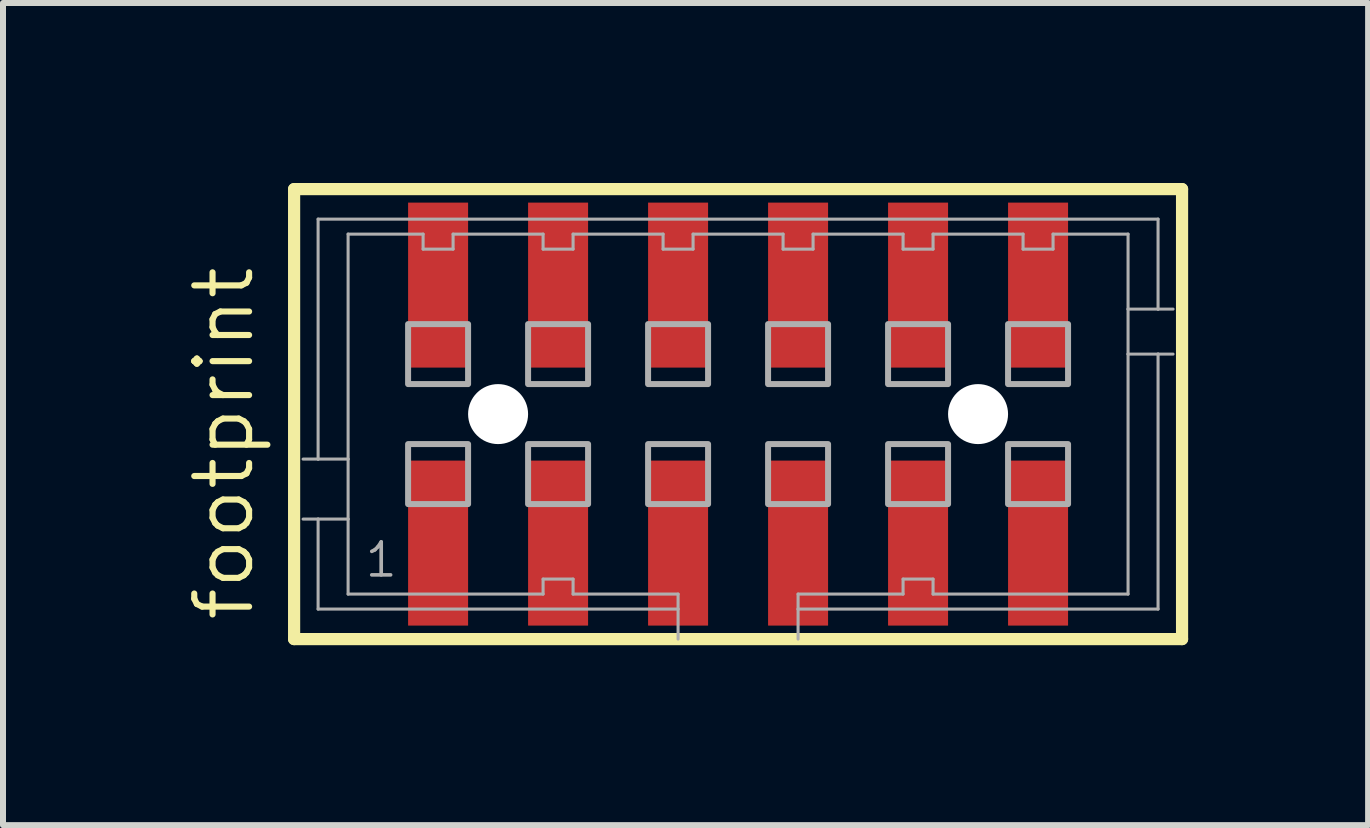
<source format=kicad_pcb>
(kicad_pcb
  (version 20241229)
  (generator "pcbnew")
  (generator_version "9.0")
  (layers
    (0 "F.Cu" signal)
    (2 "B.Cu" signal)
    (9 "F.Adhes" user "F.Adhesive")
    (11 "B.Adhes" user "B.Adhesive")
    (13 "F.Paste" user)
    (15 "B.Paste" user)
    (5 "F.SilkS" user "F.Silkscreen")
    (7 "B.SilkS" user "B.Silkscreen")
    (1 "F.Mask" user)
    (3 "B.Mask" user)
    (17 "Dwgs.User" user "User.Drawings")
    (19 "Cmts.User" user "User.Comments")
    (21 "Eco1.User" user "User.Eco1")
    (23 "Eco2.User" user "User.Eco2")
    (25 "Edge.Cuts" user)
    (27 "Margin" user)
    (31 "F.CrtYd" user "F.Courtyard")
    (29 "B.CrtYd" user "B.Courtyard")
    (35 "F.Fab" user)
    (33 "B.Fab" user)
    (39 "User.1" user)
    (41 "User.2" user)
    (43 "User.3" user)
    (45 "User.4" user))
  (footprint "footprint"
    (layer "F.Cu")
    (at 9.252 3.852)
    (property "Reference" "footprint" (at -8.033 3.493 90) (layer "F.SilkS") (effects (font (size 0.914 0.914) (thickness 0.102)) (justify left bottom)))
    (fp_line (start -7.4 -3.75) (end 7.4 -3.75) (stroke (width 0.203) (type solid)) (layer "F.SilkS"))
    (fp_line (start -7.4 3.75) (end -7.4 -3.75) (stroke (width 0.203) (type solid)) (layer "F.SilkS"))
    (fp_line (start 7.4 -3.75) (end 7.4 3.75) (stroke (width 0.203) (type solid)) (layer "F.SilkS"))
    (fp_line (start 7.4 3.75) (end -7.4 3.75) (stroke (width 0.203) (type solid)) (layer "F.SilkS"))
    (fp_line (start -7 -3.25) (end 7 -3.25) (stroke (width 0.051) (type solid)) (layer "F.Fab"))
    (fp_line (start -7 0.75) (end -7.25 0.75) (stroke (width 0.051) (type solid)) (layer "F.Fab"))
    (fp_line (start -7 0.75) (end -7 -3.25) (stroke (width 0.051) (type solid)) (layer "F.Fab"))
    (fp_line (start -7 1.75) (end -7.25 1.75) (stroke (width 0.051) (type solid)) (layer "F.Fab"))
    (fp_line (start -7 3.25) (end -7 1.75) (stroke (width 0.051) (type solid)) (layer "F.Fab"))
    (fp_line (start -6.5 -3) (end -6.5 0.75) (stroke (width 0.051) (type solid)) (layer "F.Fab"))
    (fp_line (start -6.5 0.75) (end -7 0.75) (stroke (width 0.051) (type solid)) (layer "F.Fab"))
    (fp_line (start -6.5 0.75) (end -6.5 1.75) (stroke (width 0.051) (type solid)) (layer "F.Fab"))
    (fp_line (start -6.5 1.75) (end -7 1.75) (stroke (width 0.051) (type solid)) (layer "F.Fab"))
    (fp_line (start -6.5 1.75) (end -6.5 3) (stroke (width 0.051) (type solid)) (layer "F.Fab"))
    (fp_line (start -6.5 3) (end -3.25 3) (stroke (width 0.051) (type solid)) (layer "F.Fab"))
    (fp_line (start -5.25 -3) (end -6.5 -3) (stroke (width 0.051) (type solid)) (layer "F.Fab"))
    (fp_line (start -5.25 -2.75) (end -5.25 -3) (stroke (width 0.051) (type solid)) (layer "F.Fab"))
    (fp_line (start -4.75 -3) (end -4.75 -2.75) (stroke (width 0.051) (type solid)) (layer "F.Fab"))
    (fp_line (start -4.75 -2.75) (end -5.25 -2.75) (stroke (width 0.051) (type solid)) (layer "F.Fab"))
    (fp_line (start -3.25 -3) (end -4.75 -3) (stroke (width 0.051) (type solid)) (layer "F.Fab"))
    (fp_line (start -3.25 -2.75) (end -3.25 -3) (stroke (width 0.051) (type solid)) (layer "F.Fab"))
    (fp_line (start -3.25 2.75) (end -2.75 2.75) (stroke (width 0.051) (type solid)) (layer "F.Fab"))
    (fp_line (start -3.25 3) (end -3.25 2.75) (stroke (width 0.051) (type solid)) (layer "F.Fab"))
    (fp_line (start -2.75 -3) (end -2.75 -2.75) (stroke (width 0.051) (type solid)) (layer "F.Fab"))
    (fp_line (start -2.75 -2.75) (end -3.25 -2.75) (stroke (width 0.051) (type solid)) (layer "F.Fab"))
    (fp_line (start -2.75 2.75) (end -2.75 3) (stroke (width 0.051) (type solid)) (layer "F.Fab"))
    (fp_line (start -2.75 3) (end -1 3) (stroke (width 0.051) (type solid)) (layer "F.Fab"))
    (fp_line (start -1.25 -3) (end -2.75 -3) (stroke (width 0.051) (type solid)) (layer "F.Fab"))
    (fp_line (start -1.25 -2.75) (end -1.25 -3) (stroke (width 0.051) (type solid)) (layer "F.Fab"))
    (fp_line (start -1 3) (end -1 3.25) (stroke (width 0.051) (type solid)) (layer "F.Fab"))
    (fp_line (start -1 3.25) (end -7 3.25) (stroke (width 0.051) (type solid)) (layer "F.Fab"))
    (fp_line (start -1 3.25) (end -1 3.75) (stroke (width 0.051) (type solid)) (layer "F.Fab"))
    (fp_line (start -0.75 -3) (end -0.75 -2.75) (stroke (width 0.051) (type solid)) (layer "F.Fab"))
    (fp_line (start -0.75 -2.75) (end -1.25 -2.75) (stroke (width 0.051) (type solid)) (layer "F.Fab"))
    (fp_line (start 0.75 -3) (end -0.75 -3) (stroke (width 0.051) (type solid)) (layer "F.Fab"))
    (fp_line (start 0.75 -2.75) (end 0.75 -3) (stroke (width 0.051) (type solid)) (layer "F.Fab"))
    (fp_line (start 1 3) (end 2.75 3) (stroke (width 0.051) (type solid)) (layer "F.Fab"))
    (fp_line (start 1 3.25) (end 1 3) (stroke (width 0.051) (type solid)) (layer "F.Fab"))
    (fp_line (start 1 3.75) (end 1 3.25) (stroke (width 0.051) (type solid)) (layer "F.Fab"))
    (fp_line (start 1.25 -3) (end 1.25 -2.75) (stroke (width 0.051) (type solid)) (layer "F.Fab"))
    (fp_line (start 1.25 -2.75) (end 0.75 -2.75) (stroke (width 0.051) (type solid)) (layer "F.Fab"))
    (fp_line (start 2.75 -3) (end 1.25 -3) (stroke (width 0.051) (type solid)) (layer "F.Fab"))
    (fp_line (start 2.75 -2.75) (end 2.75 -3) (stroke (width 0.051) (type solid)) (layer "F.Fab"))
    (fp_line (start 2.75 2.75) (end 3.25 2.75) (stroke (width 0.051) (type solid)) (layer "F.Fab"))
    (fp_line (start 2.75 3) (end 2.75 2.75) (stroke (width 0.051) (type solid)) (layer "F.Fab"))
    (fp_line (start 3.25 -3) (end 3.25 -2.75) (stroke (width 0.051) (type solid)) (layer "F.Fab"))
    (fp_line (start 3.25 -2.75) (end 2.75 -2.75) (stroke (width 0.051) (type solid)) (layer "F.Fab"))
    (fp_line (start 3.25 2.75) (end 3.25 3) (stroke (width 0.051) (type solid)) (layer "F.Fab"))
    (fp_line (start 3.25 3) (end 6.5 3) (stroke (width 0.051) (type solid)) (layer "F.Fab"))
    (fp_line (start 4.75 -3) (end 3.25 -3) (stroke (width 0.051) (type solid)) (layer "F.Fab"))
    (fp_line (start 4.75 -2.75) (end 4.75 -3) (stroke (width 0.051) (type solid)) (layer "F.Fab"))
    (fp_line (start 5.25 -3) (end 5.25 -2.75) (stroke (width 0.051) (type solid)) (layer "F.Fab"))
    (fp_line (start 5.25 -2.75) (end 4.75 -2.75) (stroke (width 0.051) (type solid)) (layer "F.Fab"))
    (fp_line (start 6.5 -3) (end 5.25 -3) (stroke (width 0.051) (type solid)) (layer "F.Fab"))
    (fp_line (start 6.5 -1.75) (end 6.5 -3) (stroke (width 0.051) (type solid)) (layer "F.Fab"))
    (fp_line (start 6.5 -1.75) (end 7 -1.75) (stroke (width 0.051) (type solid)) (layer "F.Fab"))
    (fp_line (start 6.5 -1) (end 6.5 -1.75) (stroke (width 0.051) (type solid)) (layer "F.Fab"))
    (fp_line (start 6.5 -1) (end 7 -1) (stroke (width 0.051) (type solid)) (layer "F.Fab"))
    (fp_line (start 6.5 3) (end 6.5 -1) (stroke (width 0.051) (type solid)) (layer "F.Fab"))
    (fp_line (start 7 -3.25) (end 7 -1.75) (stroke (width 0.051) (type solid)) (layer "F.Fab"))
    (fp_line (start 7 -1.75) (end 7.25 -1.75) (stroke (width 0.051) (type solid)) (layer "F.Fab"))
    (fp_line (start 7 -1) (end 7 3.25) (stroke (width 0.051) (type solid)) (layer "F.Fab"))
    (fp_line (start 7 -1) (end 7.25 -1) (stroke (width 0.051) (type solid)) (layer "F.Fab"))
    (fp_line (start 7 3.25) (end 1 3.25) (stroke (width 0.051) (type solid)) (layer "F.Fab"))
    (fp_poly (pts (xy -5.5 -0.5) (xy -4.5 -0.5) (xy -4.5 -1.5) (xy -5.5 -1.5)) (stroke (width 0.1) (type solid)) (fill no) (layer "F.Fab"))
    (fp_poly (pts (xy -5.5 1.5) (xy -4.5 1.5) (xy -4.5 0.5) (xy -5.5 0.5)) (stroke (width 0.1) (type solid)) (fill no) (layer "F.Fab"))
    (fp_poly (pts (xy -3.5 -0.5) (xy -2.5 -0.5) (xy -2.5 -1.5) (xy -3.5 -1.5)) (stroke (width 0.1) (type solid)) (fill no) (layer "F.Fab"))
    (fp_poly (pts (xy -3.5 1.5) (xy -2.5 1.5) (xy -2.5 0.5) (xy -3.5 0.5)) (stroke (width 0.1) (type solid)) (fill no) (layer "F.Fab"))
    (fp_poly (pts (xy -1.5 -0.5) (xy -0.5 -0.5) (xy -0.5 -1.5) (xy -1.5 -1.5)) (stroke (width 0.1) (type solid)) (fill no) (layer "F.Fab"))
    (fp_poly (pts (xy -1.5 1.5) (xy -0.5 1.5) (xy -0.5 0.5) (xy -1.5 0.5)) (stroke (width 0.1) (type solid)) (fill no) (layer "F.Fab"))
    (fp_poly (pts (xy 0.5 -0.5) (xy 1.5 -0.5) (xy 1.5 -1.5) (xy 0.5 -1.5)) (stroke (width 0.1) (type solid)) (fill no) (layer "F.Fab"))
    (fp_poly (pts (xy 0.5 1.5) (xy 1.5 1.5) (xy 1.5 0.5) (xy 0.5 0.5)) (stroke (width 0.1) (type solid)) (fill no) (layer "F.Fab"))
    (fp_poly (pts (xy 2.5 -0.5) (xy 3.5 -0.5) (xy 3.5 -1.5) (xy 2.5 -1.5)) (stroke (width 0.1) (type solid)) (fill no) (layer "F.Fab"))
    (fp_poly (pts (xy 2.5 1.5) (xy 3.5 1.5) (xy 3.5 0.5) (xy 2.5 0.5)) (stroke (width 0.1) (type solid)) (fill no) (layer "F.Fab"))
    (fp_poly (pts (xy 4.5 -0.5) (xy 5.5 -0.5) (xy 5.5 -1.5) (xy 4.5 -1.5)) (stroke (width 0.1) (type solid)) (fill no) (layer "F.Fab"))
    (fp_poly (pts (xy 4.5 1.5) (xy 5.5 1.5) (xy 5.5 0.5) (xy 4.5 0.5)) (stroke (width 0.1) (type solid)) (fill no) (layer "F.Fab"))
    (fp_text user "1" (at -6.25 2.75 0) (layer "F.Fab") (effects (font (size 0.549 0.549) (thickness 0.061)) (justify left bottom)))
    (pad "" np_thru_hole circle (at -4 0) (size 1 1) (drill 1) (layers "*.Cu" "*.Mask"))
    (pad "" np_thru_hole circle (at 4 0) (size 1 1) (drill 1) (layers "*.Cu" "*.Mask"))
    (pad "1" smd rect (at -5 2.15) (size 1 2.75) (layers "F.Cu" "F.Mask" "F.Paste"))
    (pad "2" smd rect (at -5 -2.15) (size 1 2.75) (layers "F.Cu" "F.Mask" "F.Paste"))
    (pad "3" smd rect (at -3 2.15) (size 1 2.75) (layers "F.Cu" "F.Mask" "F.Paste"))
    (pad "4" smd rect (at -3 -2.15) (size 1 2.75) (layers "F.Cu" "F.Mask" "F.Paste"))
    (pad "5" smd rect (at -1 2.15) (size 1 2.75) (layers "F.Cu" "F.Mask" "F.Paste"))
    (pad "6" smd rect (at -1 -2.15) (size 1 2.75) (layers "F.Cu" "F.Mask" "F.Paste"))
    (pad "7" smd rect (at 1 2.15) (size 1 2.75) (layers "F.Cu" "F.Mask" "F.Paste"))
    (pad "8" smd rect (at 1 -2.15) (size 1 2.75) (layers "F.Cu" "F.Mask" "F.Paste"))
    (pad "9" smd rect (at 3 2.15 180) (size 1 2.75) (layers "F.Cu" "F.Mask" "F.Paste"))
    (pad "10" smd rect (at 3 -2.15 180) (size 1 2.75) (layers "F.Cu" "F.Mask" "F.Paste"))
    (pad "11" smd rect (at 5 2.15) (size 1 2.75) (layers "F.Cu" "F.Mask" "F.Paste"))
    (pad "12" smd rect (at 5 -2.15) (size 1 2.75) (layers "F.Cu" "F.Mask" "F.Paste")))
  (gr_rect
    (start -3 -3)
    (end 19.753 10.703)
    (stroke (width 0.1) (type default))
    (fill no)
    (layer "Edge.Cuts")))
</source>
